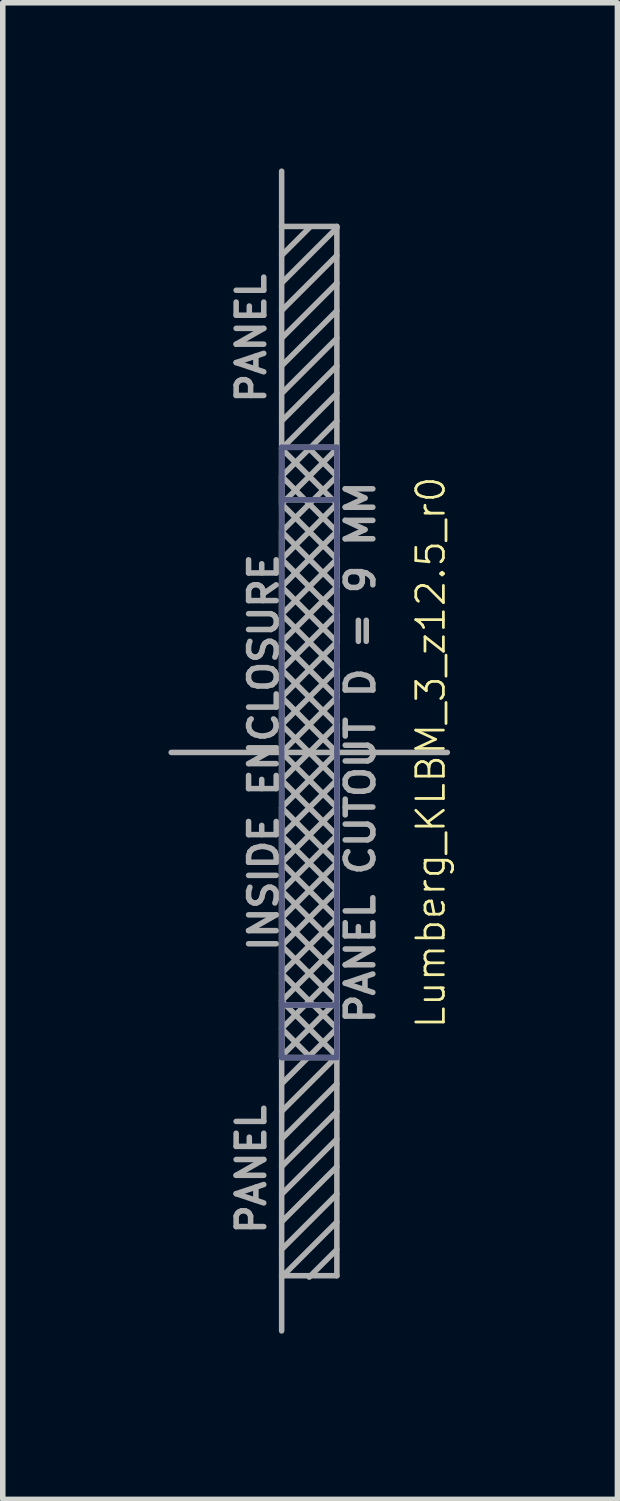
<source format=kicad_pcb>
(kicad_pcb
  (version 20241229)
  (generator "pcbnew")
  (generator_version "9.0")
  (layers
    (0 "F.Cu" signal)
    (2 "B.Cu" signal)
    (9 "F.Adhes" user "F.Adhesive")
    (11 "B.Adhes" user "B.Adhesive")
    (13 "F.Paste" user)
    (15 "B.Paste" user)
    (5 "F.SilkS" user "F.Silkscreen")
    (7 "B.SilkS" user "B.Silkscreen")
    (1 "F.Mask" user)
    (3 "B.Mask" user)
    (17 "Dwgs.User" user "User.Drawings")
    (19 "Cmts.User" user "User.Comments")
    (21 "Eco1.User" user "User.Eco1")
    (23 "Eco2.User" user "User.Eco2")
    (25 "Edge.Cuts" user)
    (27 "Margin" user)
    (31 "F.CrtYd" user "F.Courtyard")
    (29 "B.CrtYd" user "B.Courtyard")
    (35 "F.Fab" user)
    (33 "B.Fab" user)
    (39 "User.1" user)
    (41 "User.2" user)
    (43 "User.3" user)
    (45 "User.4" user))
  (footprint "Lumberg_KLBM_3_z12.5_r0"
    (layer "F.Cu")
    (at 2.05 10.575)
    (property "Reference" "Lumberg_KLBM_3_z12.5_r0" (at 2.7 0 90) (layer "F.SilkS") (effects (font (size 0.5 0.5) (thickness 0.05))))
    (attr through_hole)
    (fp_line (start 0 -5.525) (end 0 -5.5) (stroke (width 0.1) (type solid)) (layer "B.Fab"))
    (fp_line (start 0 -5.5) (end 0 -4.5) (stroke (width 0.1) (type solid)) (layer "B.Fab"))
    (fp_line (start 0 -4.575) (end 1 -4.575) (stroke (width 0.1) (type solid)) (layer "B.Fab"))
    (fp_line (start 0 4.5) (end 0 -5.5) (stroke (width 0.1) (type solid)) (layer "B.Fab"))
    (fp_line (start 0 4.575) (end 1 4.575) (stroke (width 0.1) (type solid)) (layer "B.Fab"))
    (fp_line (start 0 5.5) (end 0 4.5) (stroke (width 0.1) (type solid)) (layer "B.Fab"))
    (fp_line (start 0 5.525) (end 0 5.45) (stroke (width 0.1) (type solid)) (layer "B.Fab"))
    (fp_line (start 1 -5.525) (end 0 -5.525) (stroke (width 0.1) (type solid)) (layer "B.Fab"))
    (fp_line (start 1 -5.5) (end 1 -5.525) (stroke (width 0.1) (type solid)) (layer "B.Fab"))
    (fp_line (start 1 -5.5) (end 1 5.5) (stroke (width 0.1) (type solid)) (layer "B.Fab"))
    (fp_line (start 1 5.525) (end 0 5.525) (stroke (width 0.1) (type solid)) (layer "B.Fab"))
    (fp_line (start -2 0) (end 3 0) (stroke (width 0.1) (type solid)) (layer "F.Fab"))
    (fp_line (start 0 -9.525) (end 0 -10.525) (stroke (width 0.1) (type solid)) (layer "F.Fab"))
    (fp_line (start 0 -9.525) (end 1 -9.525) (stroke (width 0.1) (type solid)) (layer "F.Fab"))
    (fp_line (start 0 -9) (end 0.5 -9.5) (stroke (width 0.1) (type solid)) (layer "F.Fab"))
    (fp_line (start 0 -6.5) (end 1 -7.5) (stroke (width 0.1) (type solid)) (layer "F.Fab"))
    (fp_line (start 0 -5.525) (end 1 -5.525) (stroke (width 0.1) (type solid)) (layer "F.Fab"))
    (fp_line (start 0 -5.5) (end 1 -6.5) (stroke (width 0.1) (type solid)) (layer "F.Fab"))
    (fp_line (start 0 -5.5) (end 1 -4.5) (stroke (width 0.1) (type solid)) (layer "F.Fab"))
    (fp_line (start 0 -5) (end 0.5 -5.5) (stroke (width 0.1) (type solid)) (layer "F.Fab"))
    (fp_line (start 0 -5) (end 1 -4) (stroke (width 0.1) (type solid)) (layer "F.Fab"))
    (fp_line (start 0 -4.575) (end 1 -4.575) (stroke (width 0.1) (type solid)) (layer "F.Fab"))
    (fp_line (start 0 -4.5) (end 0 -5) (stroke (width 0.1) (type solid)) (layer "F.Fab"))
    (fp_line (start 0 -4.5) (end 1 -3.5) (stroke (width 0.1) (type solid)) (layer "F.Fab"))
    (fp_line (start 0 -4) (end 1 -5) (stroke (width 0.1) (type solid)) (layer "F.Fab"))
    (fp_line (start 0 -4) (end 1 -3) (stroke (width 0.1) (type solid)) (layer "F.Fab"))
    (fp_line (start 0 -3.5) (end 0 -4) (stroke (width 0.1) (type solid)) (layer "F.Fab"))
    (fp_line (start 0 -3.5) (end 1 -2.5) (stroke (width 0.1) (type solid)) (layer "F.Fab"))
    (fp_line (start 0 -3) (end 1 -4) (stroke (width 0.1) (type solid)) (layer "F.Fab"))
    (fp_line (start 0 -3) (end 1 -2) (stroke (width 0.1) (type solid)) (layer "F.Fab"))
    (fp_line (start 0 -2.5) (end 0 -3) (stroke (width 0.1) (type solid)) (layer "F.Fab"))
    (fp_line (start 0 -2) (end 1 -3) (stroke (width 0.1) (type solid)) (layer "F.Fab"))
    (fp_line (start 0 -2) (end 1 -1) (stroke (width 0.1) (type solid)) (layer "F.Fab"))
    (fp_line (start 0 -1.5) (end 0 -2) (stroke (width 0.1) (type solid)) (layer "F.Fab"))
    (fp_line (start 0 -1.5) (end 1 -0.5) (stroke (width 0.1) (type solid)) (layer "F.Fab"))
    (fp_line (start 0 -1) (end 1 -2) (stroke (width 0.1) (type solid)) (layer "F.Fab"))
    (fp_line (start 0 -0.5) (end 0 -1) (stroke (width 0.1) (type solid)) (layer "F.Fab"))
    (fp_line (start 0 -0.5) (end 0 0) (stroke (width 0.1) (type solid)) (layer "F.Fab"))
    (fp_line (start 0 0) (end 1 -1) (stroke (width 0.1) (type solid)) (layer "F.Fab"))
    (fp_line (start 0 0) (end 1 1) (stroke (width 0.1) (type solid)) (layer "F.Fab"))
    (fp_line (start 0 0.5) (end 0 0) (stroke (width 0.1) (type solid)) (layer "F.Fab"))
    (fp_line (start 0 1) (end 1 0) (stroke (width 0.1) (type solid)) (layer "F.Fab"))
    (fp_line (start 0 1) (end 1 2) (stroke (width 0.1) (type solid)) (layer "F.Fab"))
    (fp_line (start 0 1.5) (end 0 1) (stroke (width 0.1) (type solid)) (layer "F.Fab"))
    (fp_line (start 0 1.5) (end 0 2) (stroke (width 0.1) (type solid)) (layer "F.Fab"))
    (fp_line (start 0 2) (end 1 1) (stroke (width 0.1) (type solid)) (layer "F.Fab"))
    (fp_line (start 0 2) (end 1 3) (stroke (width 0.1) (type solid)) (layer "F.Fab"))
    (fp_line (start 0 2.5) (end 0 2) (stroke (width 0.1) (type solid)) (layer "F.Fab"))
    (fp_line (start 0 2.5) (end 0 3) (stroke (width 0.1) (type solid)) (layer "F.Fab"))
    (fp_line (start 0 3) (end 1 2) (stroke (width 0.1) (type solid)) (layer "F.Fab"))
    (fp_line (start 0 3) (end 1 4) (stroke (width 0.1) (type solid)) (layer "F.Fab"))
    (fp_line (start 0 3.5) (end 0 3) (stroke (width 0.1) (type solid)) (layer "F.Fab"))
    (fp_line (start 0 3.5) (end 0 4) (stroke (width 0.1) (type solid)) (layer "F.Fab"))
    (fp_line (start 0 4) (end 1 3) (stroke (width 0.1) (type solid)) (layer "F.Fab"))
    (fp_line (start 0 4) (end 1 5) (stroke (width 0.1) (type solid)) (layer "F.Fab"))
    (fp_line (start 0 4.5) (end 0 4) (stroke (width 0.1) (type solid)) (layer "F.Fab"))
    (fp_line (start 0 4.5) (end 0 5) (stroke (width 0.1) (type solid)) (layer "F.Fab"))
    (fp_line (start 0 4.575) (end 1 4.575) (stroke (width 0.1) (type solid)) (layer "F.Fab"))
    (fp_line (start 0 5) (end 0.5 5.5) (stroke (width 0.1) (type solid)) (layer "F.Fab"))
    (fp_line (start 0 5) (end 1 4) (stroke (width 0.1) (type solid)) (layer "F.Fab"))
    (fp_line (start 0 5.5) (end 0 5) (stroke (width 0.1) (type solid)) (layer "F.Fab"))
    (fp_line (start 0 5.525) (end 1 5.525) (stroke (width 0.1) (type solid)) (layer "F.Fab"))
    (fp_line (start 0 7) (end 1 6) (stroke (width 0.1) (type solid)) (layer "F.Fab"))
    (fp_line (start 0 8) (end 1 7) (stroke (width 0.1) (type solid)) (layer "F.Fab"))
    (fp_line (start 0 9) (end 1 8) (stroke (width 0.1) (type solid)) (layer "F.Fab"))
    (fp_line (start 0 9.475) (end 0 -9.525) (stroke (width 0.1) (type solid)) (layer "F.Fab"))
    (fp_line (start 0 9.475) (end 0 10.475) (stroke (width 0.1) (type solid)) (layer "F.Fab"))
    (fp_line (start 0.5 -5.5) (end 1 -5) (stroke (width 0.1) (type solid)) (layer "F.Fab"))
    (fp_line (start 0.5 5.5) (end 0 6) (stroke (width 0.1) (type solid)) (layer "F.Fab"))
    (fp_line (start 0.5 5.5) (end 1 5) (stroke (width 0.1) (type solid)) (layer "F.Fab"))
    (fp_line (start 0.5 9.5) (end 1 9) (stroke (width 0.1) (type solid)) (layer "F.Fab"))
    (fp_line (start 1 -9.525) (end 1 9.475) (stroke (width 0.1) (type solid)) (layer "F.Fab"))
    (fp_line (start 1 -9.5) (end 0 -8.5) (stroke (width 0.1) (type solid)) (layer "F.Fab"))
    (fp_line (start 1 -9) (end 0 -8) (stroke (width 0.1) (type solid)) (layer "F.Fab"))
    (fp_line (start 1 -8.5) (end 0 -7.5) (stroke (width 0.1) (type solid)) (layer "F.Fab"))
    (fp_line (start 1 -8) (end 0 -7) (stroke (width 0.1) (type solid)) (layer "F.Fab"))
    (fp_line (start 1 -7) (end 0 -6) (stroke (width 0.1) (type solid)) (layer "F.Fab"))
    (fp_line (start 1 -6) (end 0.5 -5.5) (stroke (width 0.1) (type solid)) (layer "F.Fab"))
    (fp_line (start 1 -5.5) (end 0 -4.5) (stroke (width 0.1) (type solid)) (layer "F.Fab"))
    (fp_line (start 1 -5) (end 1 -5.5) (stroke (width 0.1) (type solid)) (layer "F.Fab"))
    (fp_line (start 1 -4.5) (end 0 -3.5) (stroke (width 0.1) (type solid)) (layer "F.Fab"))
    (fp_line (start 1 -4) (end 1 -4.5) (stroke (width 0.1) (type solid)) (layer "F.Fab"))
    (fp_line (start 1 -3.5) (end 0 -2.5) (stroke (width 0.1) (type solid)) (layer "F.Fab"))
    (fp_line (start 1 -3) (end 1 -3.5) (stroke (width 0.1) (type solid)) (layer "F.Fab"))
    (fp_line (start 1 -2.5) (end 0 -1.5) (stroke (width 0.1) (type solid)) (layer "F.Fab"))
    (fp_line (start 1 -2) (end 1 -2.5) (stroke (width 0.1) (type solid)) (layer "F.Fab"))
    (fp_line (start 1 -1.5) (end 0 -2.5) (stroke (width 0.1) (type solid)) (layer "F.Fab"))
    (fp_line (start 1 -1.5) (end 0 -0.5) (stroke (width 0.1) (type solid)) (layer "F.Fab"))
    (fp_line (start 1 -1) (end 1 -1.5) (stroke (width 0.1) (type solid)) (layer "F.Fab"))
    (fp_line (start 1 -0.5) (end 0 0.5) (stroke (width 0.1) (type solid)) (layer "F.Fab"))
    (fp_line (start 1 -0.5) (end 1 0) (stroke (width 0.1) (type solid)) (layer "F.Fab"))
    (fp_line (start 1 0) (end 0 -1) (stroke (width 0.1) (type solid)) (layer "F.Fab"))
    (fp_line (start 1 0) (end 1 -0.5) (stroke (width 0.1) (type solid)) (layer "F.Fab"))
    (fp_line (start 1 0.5) (end 0 -0.5) (stroke (width 0.1) (type solid)) (layer "F.Fab"))
    (fp_line (start 1 0.5) (end 0 1.5) (stroke (width 0.1) (type solid)) (layer "F.Fab"))
    (fp_line (start 1 1) (end 1 0.5) (stroke (width 0.1) (type solid)) (layer "F.Fab"))
    (fp_line (start 1 1) (end 1 1.5) (stroke (width 0.1) (type solid)) (layer "F.Fab"))
    (fp_line (start 1 1.5) (end 0 0.5) (stroke (width 0.1) (type solid)) (layer "F.Fab"))
    (fp_line (start 1 1.5) (end 0 2.5) (stroke (width 0.1) (type solid)) (layer "F.Fab"))
    (fp_line (start 1 2) (end 1 1.5) (stroke (width 0.1) (type solid)) (layer "F.Fab"))
    (fp_line (start 1 2) (end 1 2.5) (stroke (width 0.1) (type solid)) (layer "F.Fab"))
    (fp_line (start 1 2.5) (end 0 1.5) (stroke (width 0.1) (type solid)) (layer "F.Fab"))
    (fp_line (start 1 2.5) (end 0 3.5) (stroke (width 0.1) (type solid)) (layer "F.Fab"))
    (fp_line (start 1 3) (end 1 2.5) (stroke (width 0.1) (type solid)) (layer "F.Fab"))
    (fp_line (start 1 3) (end 1 3.5) (stroke (width 0.1) (type solid)) (layer "F.Fab"))
    (fp_line (start 1 3.5) (end 0 2.5) (stroke (width 0.1) (type solid)) (layer "F.Fab"))
    (fp_line (start 1 3.5) (end 0 4.5) (stroke (width 0.1) (type solid)) (layer "F.Fab"))
    (fp_line (start 1 4) (end 1 3.5) (stroke (width 0.1) (type solid)) (layer "F.Fab"))
    (fp_line (start 1 4) (end 1 4.5) (stroke (width 0.1) (type solid)) (layer "F.Fab"))
    (fp_line (start 1 4.5) (end 0 3.5) (stroke (width 0.1) (type solid)) (layer "F.Fab"))
    (fp_line (start 1 4.5) (end 0 5.5) (stroke (width 0.1) (type solid)) (layer "F.Fab"))
    (fp_line (start 1 5) (end 1 4.5) (stroke (width 0.1) (type solid)) (layer "F.Fab"))
    (fp_line (start 1 5) (end 1 5.5) (stroke (width 0.1) (type solid)) (layer "F.Fab"))
    (fp_line (start 1 5.5) (end 0 4.5) (stroke (width 0.1) (type solid)) (layer "F.Fab"))
    (fp_line (start 1 5.5) (end 0 6.5) (stroke (width 0.1) (type solid)) (layer "F.Fab"))
    (fp_line (start 1 6.5) (end 0 7.5) (stroke (width 0.1) (type solid)) (layer "F.Fab"))
    (fp_line (start 1 7.5) (end 0 8.5) (stroke (width 0.1) (type solid)) (layer "F.Fab"))
    (fp_line (start 1 8.5) (end 0 9.5) (stroke (width 0.1) (type solid)) (layer "F.Fab"))
    (fp_line (start 1 9.475) (end 0 9.475) (stroke (width 0.1) (type solid)) (layer "F.Fab"))
    (fp_text user "PANEL CUTOUT D = 9 MM" (at 1.425 0 90) (layer "F.Fab") (effects (font (size 0.5 0.5) (thickness 0.1))))
    (fp_text user "INSIDE ENCLOSURE" (at -0.325 0 90) (layer "F.Fab") (effects (font (size 0.5 0.5) (thickness 0.1))))
    (fp_text user "PANEL" (at -0.55 7.55 90) (layer "F.Fab") (effects (font (size 0.5 0.5) (thickness 0.1))))
    (fp_text user "PANEL" (at -0.55 -7.5 90) (layer "F.Fab") (effects (font (size 0.5 0.5) (thickness 0.1)))))
  (gr_rect
    (start -3 -3)
    (end 8.13 24.1)
    (stroke (width 0.1) (type default))
    (fill no)
    (layer "Edge.Cuts")))
</source>
